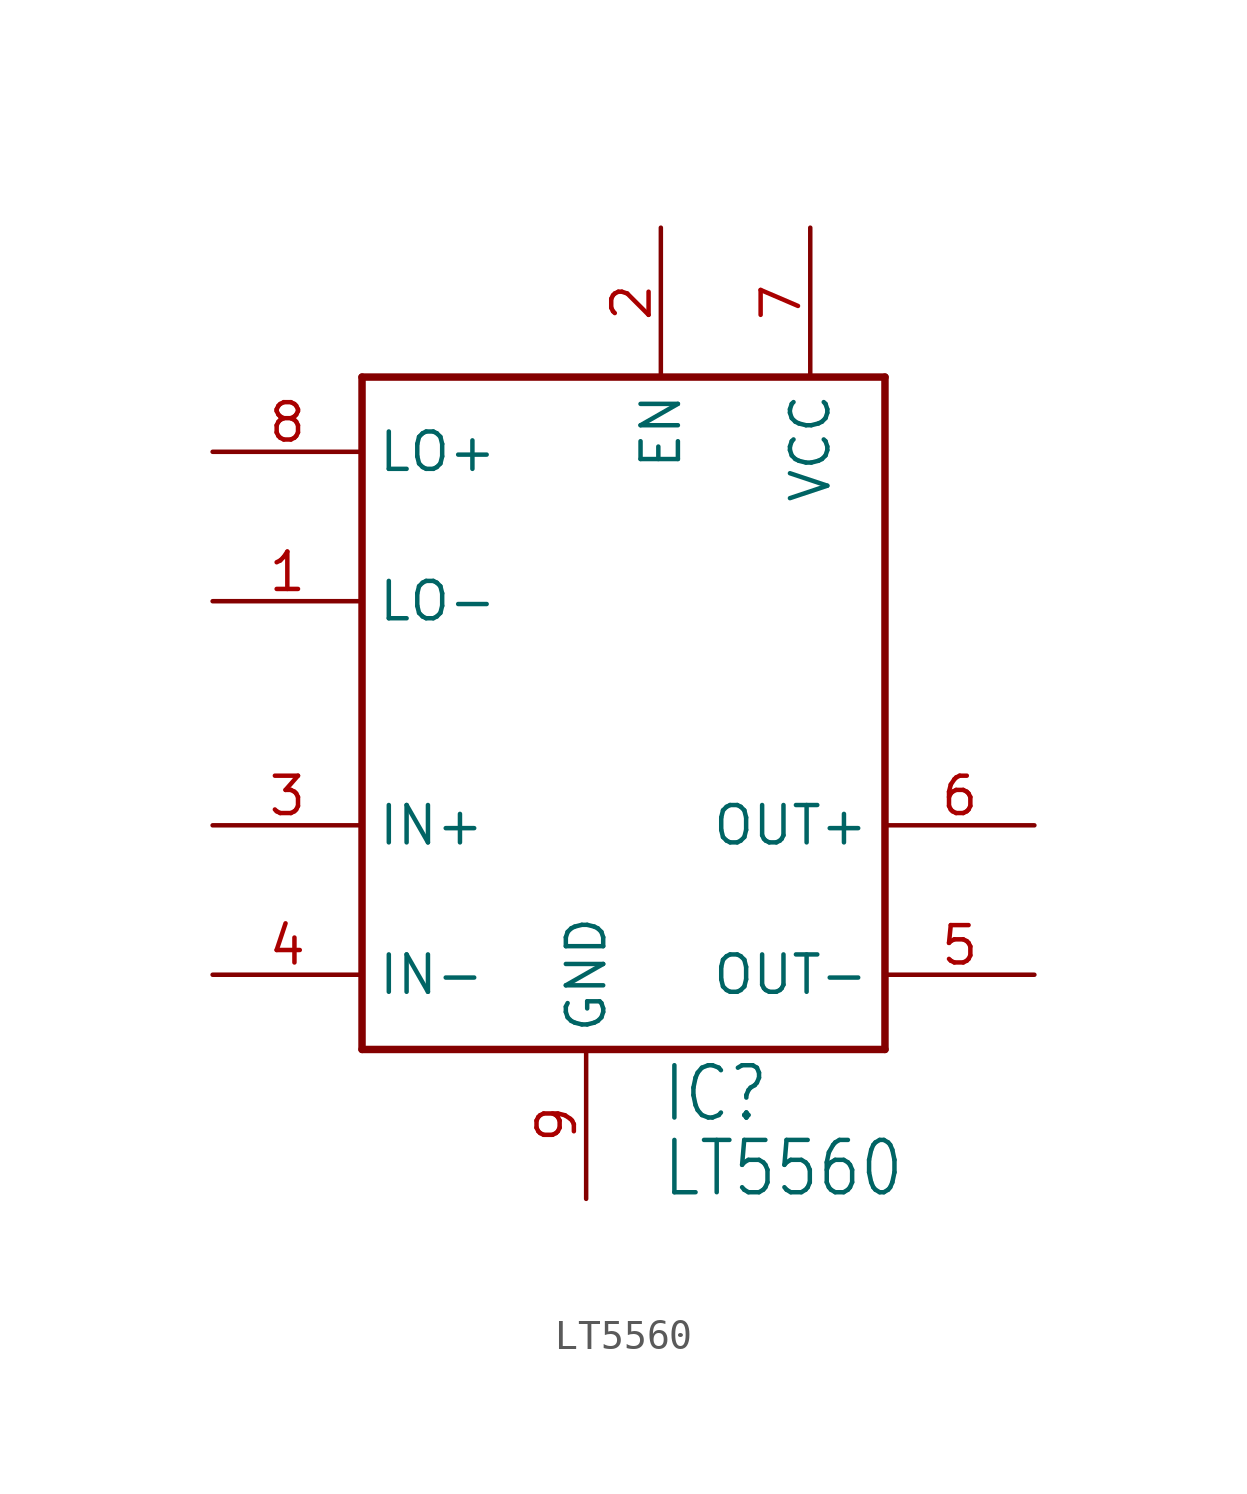
<source format=kicad_sym>
(kicad_symbol_lib
  (version 20201005)
  (generator kicad_symbol_editor)
  (symbol "LT5560"
    (property "Reference" "IC"
      (at 2.54 -7.62 0)
      (effects (font (size 1.778 1.511)) (justify left bottom)))
    (property "Value" "LT5560"
      (at 2.54 -10.16 0)
      (effects (font (size 1.778 1.511)) (justify left bottom)))
    (property "ki_locked" ""
      (at 0 0 0)
      (effects (font (size 1.27 1.27))))
    (symbol "LT5560_1_0"
      (polyline (pts (xy -7.62 -5.08) (xy -7.62 17.78)) (stroke (width 0.254)) (fill (type none)))
      (polyline (pts (xy -7.62 17.78) (xy 10.16 17.78)) (stroke (width 0.254)) (fill (type none)))
      (polyline (pts (xy 10.16 -5.08) (xy -7.62 -5.08)) (stroke (width 0.254)) (fill (type none)))
      (polyline (pts (xy 10.16 17.78) (xy 10.16 -5.08)) (stroke (width 0.254)) (fill (type none)))
      (pin bidirectional line (at -12.7 10.16 0) (length 5.08) (name "LO-" (effects (font (size 1.27 1.27)))) (number "1" (effects (font (size 1.27 1.27)))))
      (pin bidirectional line (at 2.54 22.86 270) (length 5.08) (name "EN" (effects (font (size 1.27 1.27)))) (number "2" (effects (font (size 1.27 1.27)))))
      (pin bidirectional line (at -12.7 2.54 0) (length 5.08) (name "IN+" (effects (font (size 1.27 1.27)))) (number "3" (effects (font (size 1.27 1.27)))))
      (pin bidirectional line (at -12.7 -2.54 0) (length 5.08) (name "IN-" (effects (font (size 1.27 1.27)))) (number "4" (effects (font (size 1.27 1.27)))))
      (pin bidirectional line (at 15.24 -2.54 180) (length 5.08) (name "OUT-" (effects (font (size 1.27 1.27)))) (number "5" (effects (font (size 1.27 1.27)))))
      (pin bidirectional line (at 15.24 2.54 180) (length 5.08) (name "OUT+" (effects (font (size 1.27 1.27)))) (number "6" (effects (font (size 1.27 1.27)))))
      (pin bidirectional line (at 7.62 22.86 270) (length 5.08) (name "VCC" (effects (font (size 1.27 1.27)))) (number "7" (effects (font (size 1.27 1.27)))))
      (pin bidirectional line (at -12.7 15.24 0) (length 5.08) (name "LO+" (effects (font (size 1.27 1.27)))) (number "8" (effects (font (size 1.27 1.27)))))
      (pin bidirectional line (at 0 -10.16 90) (length 5.08) (name "GND" (effects (font (size 1.27 1.27)))) (number "9" (effects (font (size 1.27 1.27))))))))
</source>
